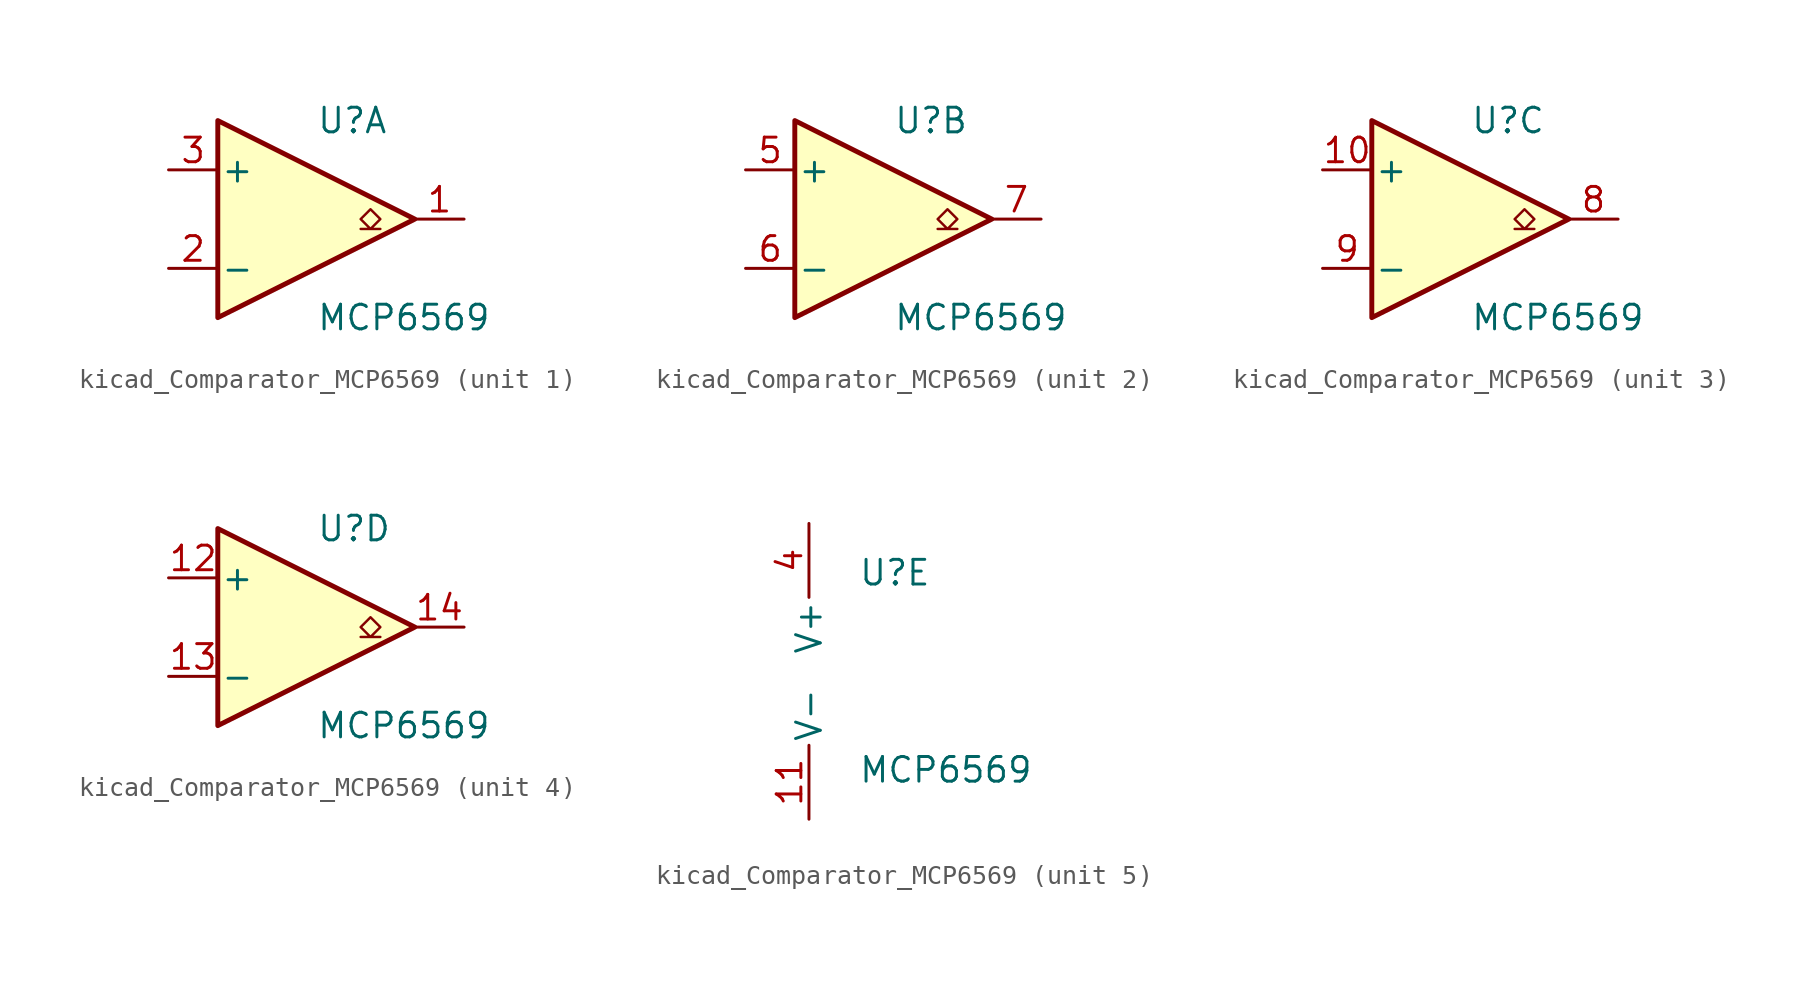
<source format=kicad_sym>
(kicad_symbol_lib
  (version 20220914)
  (generator kicad_symbol_editor)
  (symbol "kicad_Comparator_MCP6569"
    (pin_names
      (offset 0.127))
    (property "Reference" "U"
      (at 0 5.08 0)
      (effects (font (size 1.27 1.27)) (justify left)))
    (property "Value" "MCP6569"
      (at 0 -5.08 0)
      (effects (font (size 1.27 1.27)) (justify left)))
    (property "ki_locked" ""
      (at 0 0 0)
      (effects (font (size 1.27 1.27))))
    (symbol "kicad_Comparator_MCP6569_1_1"
      (polyline (pts (xy -5.08 5.08) (xy 5.08 0) (xy -5.08 -5.08) (xy -5.08 5.08)) (stroke (width 0.254) (type default)) (fill (type background)))
      (polyline (pts (xy 3.302 -0.508) (xy 2.794 -0.508) (xy 3.302 0) (xy 2.794 0.508) (xy 2.286 0) (xy 2.794 -0.508) (xy 2.286 -0.508)) (stroke (width 0.127) (type default)) (fill (type none)))
      (pin open_collector line (at 7.62 0 180) (length 2.54) (name "~" (effects (font (size 1.27 1.27)))) (number "1" (effects (font (size 1.27 1.27)))))
      (pin input line (at -7.62 -2.54 0) (length 2.54) (name "-" (effects (font (size 1.27 1.27)))) (number "2" (effects (font (size 1.27 1.27)))))
      (pin input line (at -7.62 2.54 0) (length 2.54) (name "+" (effects (font (size 1.27 1.27)))) (number "3" (effects (font (size 1.27 1.27))))))
    (symbol "kicad_Comparator_MCP6569_2_1"
      (polyline (pts (xy -5.08 5.08) (xy 5.08 0) (xy -5.08 -5.08) (xy -5.08 5.08)) (stroke (width 0.254) (type default)) (fill (type background)))
      (polyline (pts (xy 3.302 -0.508) (xy 2.794 -0.508) (xy 3.302 0) (xy 2.794 0.508) (xy 2.286 0) (xy 2.794 -0.508) (xy 2.286 -0.508)) (stroke (width 0.127) (type default)) (fill (type none)))
      (pin input line (at -7.62 2.54 0) (length 2.54) (name "+" (effects (font (size 1.27 1.27)))) (number "5" (effects (font (size 1.27 1.27)))))
      (pin input line (at -7.62 -2.54 0) (length 2.54) (name "-" (effects (font (size 1.27 1.27)))) (number "6" (effects (font (size 1.27 1.27)))))
      (pin open_collector line (at 7.62 0 180) (length 2.54) (name "~" (effects (font (size 1.27 1.27)))) (number "7" (effects (font (size 1.27 1.27))))))
    (symbol "kicad_Comparator_MCP6569_3_1"
      (polyline (pts (xy -5.08 5.08) (xy 5.08 0) (xy -5.08 -5.08) (xy -5.08 5.08)) (stroke (width 0.254) (type default)) (fill (type background)))
      (polyline (pts (xy 3.302 -0.508) (xy 2.794 -0.508) (xy 3.302 0) (xy 2.794 0.508) (xy 2.286 0) (xy 2.794 -0.508) (xy 2.286 -0.508)) (stroke (width 0.127) (type default)) (fill (type none)))
      (pin input line (at -7.62 2.54 0) (length 2.54) (name "+" (effects (font (size 1.27 1.27)))) (number "10" (effects (font (size 1.27 1.27)))))
      (pin open_collector line (at 7.62 0 180) (length 2.54) (name "~" (effects (font (size 1.27 1.27)))) (number "8" (effects (font (size 1.27 1.27)))))
      (pin input line (at -7.62 -2.54 0) (length 2.54) (name "-" (effects (font (size 1.27 1.27)))) (number "9" (effects (font (size 1.27 1.27))))))
    (symbol "kicad_Comparator_MCP6569_4_1"
      (polyline (pts (xy -5.08 5.08) (xy 5.08 0) (xy -5.08 -5.08) (xy -5.08 5.08)) (stroke (width 0.254) (type default)) (fill (type background)))
      (polyline (pts (xy 3.302 -0.508) (xy 2.794 -0.508) (xy 3.302 0) (xy 2.794 0.508) (xy 2.286 0) (xy 2.794 -0.508) (xy 2.286 -0.508)) (stroke (width 0.127) (type default)) (fill (type none)))
      (pin input line (at -7.62 2.54 0) (length 2.54) (name "+" (effects (font (size 1.27 1.27)))) (number "12" (effects (font (size 1.27 1.27)))))
      (pin input line (at -7.62 -2.54 0) (length 2.54) (name "-" (effects (font (size 1.27 1.27)))) (number "13" (effects (font (size 1.27 1.27)))))
      (pin open_collector line (at 7.62 0 180) (length 2.54) (name "~" (effects (font (size 1.27 1.27)))) (number "14" (effects (font (size 1.27 1.27))))))
    (symbol "kicad_Comparator_MCP6569_5_1"
      (pin power_in line (at -2.54 -7.62 90) (length 3.81) (name "V-" (effects (font (size 1.27 1.27)))) (number "11" (effects (font (size 1.27 1.27)))))
      (pin power_in line (at -2.54 7.62 270) (length 3.81) (name "V+" (effects (font (size 1.27 1.27)))) (number "4" (effects (font (size 1.27 1.27))))))))
</source>
